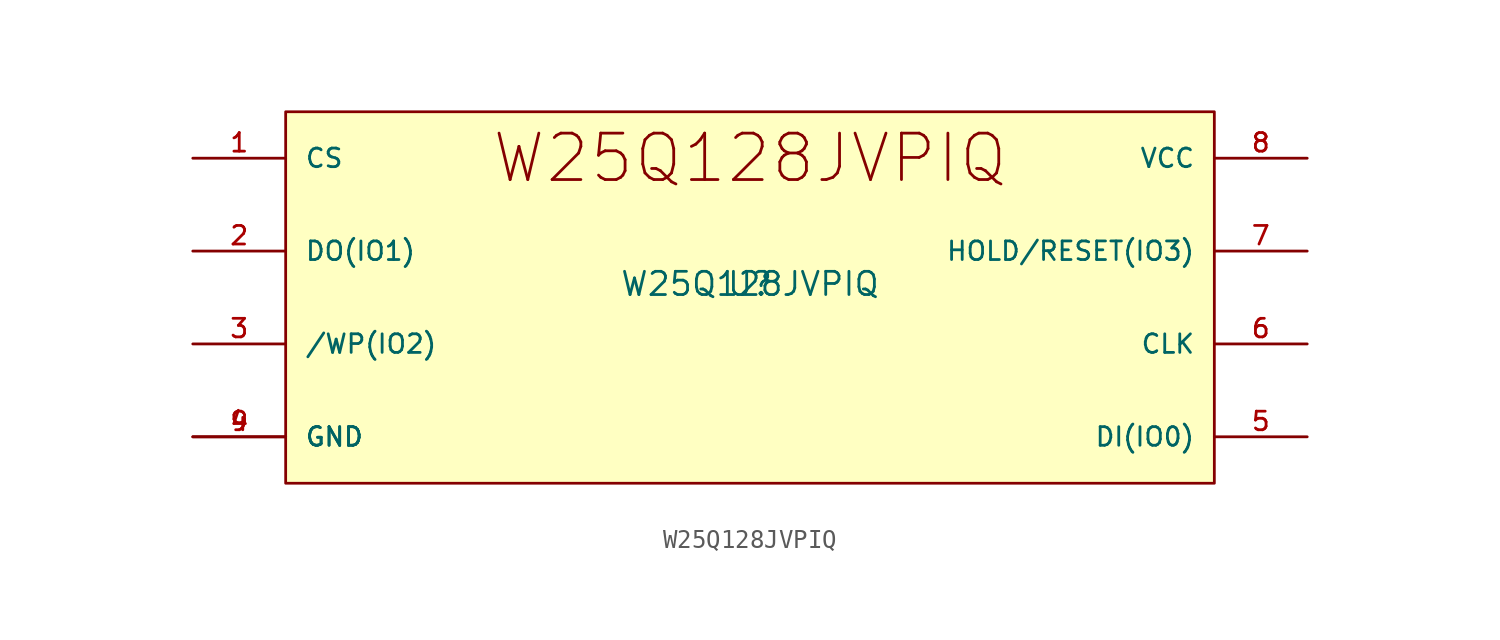
<source format=kicad_sym>
(kicad_symbol_lib
  (version 20211014)
  (generator kicad_symbol_editor)
  (symbol "W25Q128JVPIQ"
    (pin_names
      (offset 1.016))
    (property "Reference" "U"
      (at 0 0 0)
      (effects (font (size 1.27 1.27)) (justify bottom)))
    (property "Value" "W25Q128JVPIQ"
      (at 0 0.0 0)
      (effects (font (size 1.27 1.27)) (justify bottom)))
    (symbol "W25Q128JVPIQ_0_0"
      (text "W25Q128JVPIQ" (at 0.0 7.62 0) (effects (font (size 2.54 2.54))))
      (rectangle (start -25.4 -10.16) (end 25.4 10.16) (stroke (width 0.152)) (fill (type background)))
      (pin bidirectional line (at -30.48 7.62 0) (length 5.08) (name "CS" (effects (font (size 1.016 1.016)))) (number "1" (effects (font (size 1.016 1.016)))))
      (pin bidirectional line (at -30.48 2.54 0) (length 5.08) (name "DO(IO1)" (effects (font (size 1.016 1.016)))) (number "2" (effects (font (size 1.016 1.016)))))
      (pin bidirectional line (at -30.48 -2.54 0) (length 5.08) (name "/WP(IO2)" (effects (font (size 1.016 1.016)))) (number "3" (effects (font (size 1.016 1.016)))))
      (pin bidirectional line (at -30.48 -7.62 0) (length 5.08) (name "GND" (effects (font (size 1.016 1.016)))) (number "4" (effects (font (size 1.016 1.016)))))
      (pin bidirectional line (at -30.48 -7.62 0) (length 5.08) (name "GND" (effects (font (size 1.016 1.016)))) (number "9" (effects (font (size 1.016 1.016)))))
      (pin bidirectional line (at 30.48 7.62 180.0) (length 5.08) (name "VCC" (effects (font (size 1.016 1.016)))) (number "8" (effects (font (size 1.016 1.016)))))
      (pin bidirectional line (at 30.48 2.54 180.0) (length 5.08) (name "HOLD/RESET(IO3)" (effects (font (size 1.016 1.016)))) (number "7" (effects (font (size 1.016 1.016)))))
      (pin bidirectional line (at 30.48 -2.54 180.0) (length 5.08) (name "CLK" (effects (font (size 1.016 1.016)))) (number "6" (effects (font (size 1.016 1.016)))))
      (pin bidirectional line (at 30.48 -7.62 180.0) (length 5.08) (name "DI(IO0)" (effects (font (size 1.016 1.016)))) (number "5" (effects (font (size 1.016 1.016))))))))
</source>
